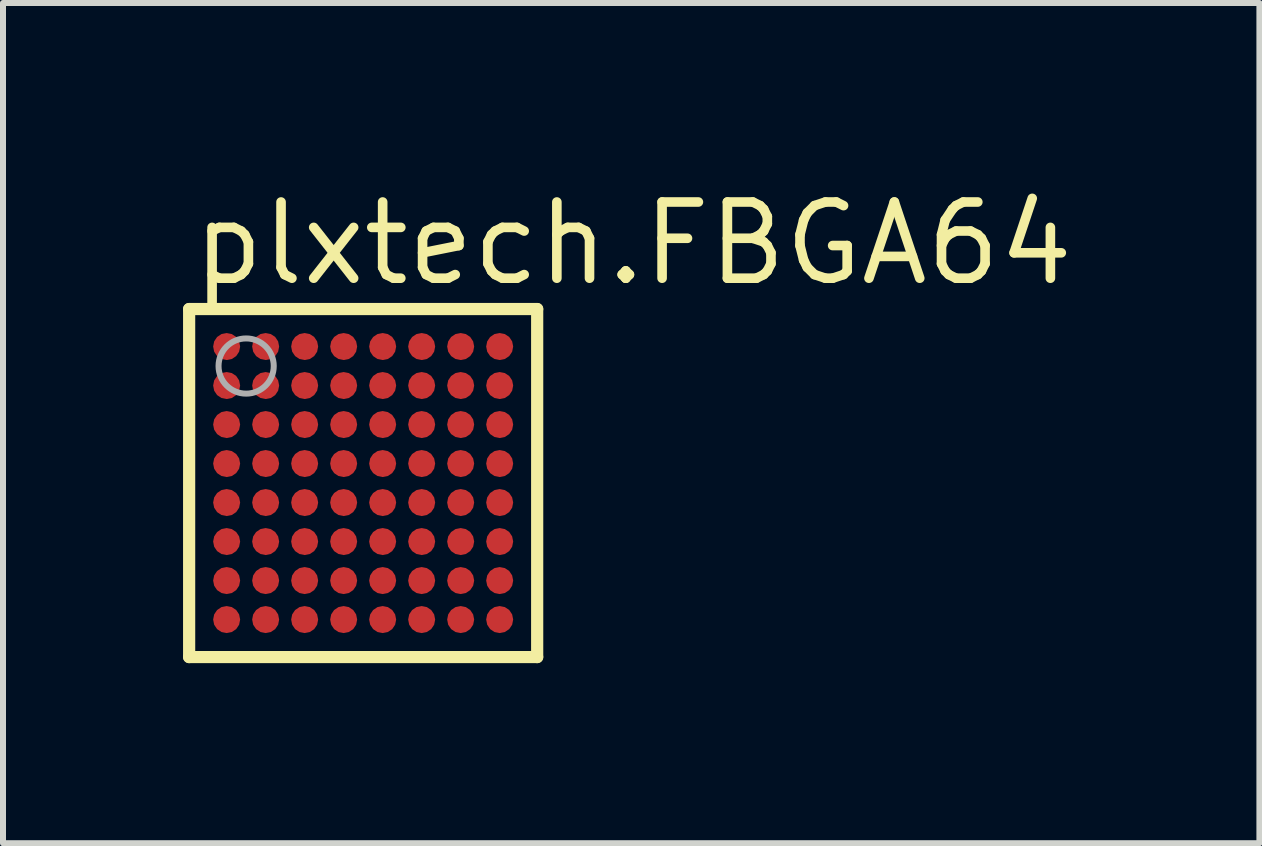
<source format=kicad_pcb>
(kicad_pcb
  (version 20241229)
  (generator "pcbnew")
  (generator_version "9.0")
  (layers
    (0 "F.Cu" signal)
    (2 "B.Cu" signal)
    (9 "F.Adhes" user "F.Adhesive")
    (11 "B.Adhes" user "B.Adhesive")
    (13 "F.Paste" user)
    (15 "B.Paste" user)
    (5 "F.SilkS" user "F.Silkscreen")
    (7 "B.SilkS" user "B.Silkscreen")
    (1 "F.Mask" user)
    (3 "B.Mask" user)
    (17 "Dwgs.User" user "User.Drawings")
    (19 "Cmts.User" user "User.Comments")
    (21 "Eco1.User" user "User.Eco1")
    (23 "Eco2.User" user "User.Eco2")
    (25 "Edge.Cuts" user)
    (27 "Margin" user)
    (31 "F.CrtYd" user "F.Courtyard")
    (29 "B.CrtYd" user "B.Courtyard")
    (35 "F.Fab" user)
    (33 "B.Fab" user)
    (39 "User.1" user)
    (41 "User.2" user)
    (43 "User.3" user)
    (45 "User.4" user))
  (footprint "plxtech.FBGA64"
    (layer "F.Cu")
    (at 3.002 5)
    (property "Reference" "plxtech.FBGA64" (at -2.925 -3.25 0) (layer "F.SilkS") (effects (font (size 1.27 1.27) (thickness 0.16)) (justify left bottom)))
    (attr smd)
    (fp_circle (center -2.275 -2.275) (end -2.025 -2.275) (stroke (width 0.1) (type default)) (fill no) (layer "F.Mask"))
    (fp_circle (center -2.275 -1.625) (end -2.025 -1.625) (stroke (width 0.1) (type default)) (fill no) (layer "F.Mask"))
    (fp_circle (center -2.275 -0.975) (end -2.025 -0.975) (stroke (width 0.1) (type default)) (fill no) (layer "F.Mask"))
    (fp_circle (center -2.275 -0.325) (end -2.025 -0.325) (stroke (width 0.1) (type default)) (fill no) (layer "F.Mask"))
    (fp_circle (center -2.275 0.325) (end -2.025 0.325) (stroke (width 0.1) (type default)) (fill no) (layer "F.Mask"))
    (fp_circle (center -2.275 0.975) (end -2.025 0.975) (stroke (width 0.1) (type default)) (fill no) (layer "F.Mask"))
    (fp_circle (center -2.275 1.625) (end -2.025 1.625) (stroke (width 0.1) (type default)) (fill no) (layer "F.Mask"))
    (fp_circle (center -2.275 2.275) (end -2.025 2.275) (stroke (width 0.1) (type default)) (fill no) (layer "F.Mask"))
    (fp_circle (center -1.625 -2.275) (end -1.375 -2.275) (stroke (width 0.1) (type default)) (fill no) (layer "F.Mask"))
    (fp_circle (center -1.625 -1.625) (end -1.375 -1.625) (stroke (width 0.1) (type default)) (fill no) (layer "F.Mask"))
    (fp_circle (center -1.625 -0.975) (end -1.375 -0.975) (stroke (width 0.1) (type default)) (fill no) (layer "F.Mask"))
    (fp_circle (center -1.625 -0.325) (end -1.375 -0.325) (stroke (width 0.1) (type default)) (fill no) (layer "F.Mask"))
    (fp_circle (center -1.625 0.325) (end -1.375 0.325) (stroke (width 0.1) (type default)) (fill no) (layer "F.Mask"))
    (fp_circle (center -1.625 0.975) (end -1.375 0.975) (stroke (width 0.1) (type default)) (fill no) (layer "F.Mask"))
    (fp_circle (center -1.625 1.625) (end -1.375 1.625) (stroke (width 0.1) (type default)) (fill no) (layer "F.Mask"))
    (fp_circle (center -1.625 2.275) (end -1.375 2.275) (stroke (width 0.1) (type default)) (fill no) (layer "F.Mask"))
    (fp_circle (center -0.975 -2.275) (end -0.725 -2.275) (stroke (width 0.1) (type default)) (fill no) (layer "F.Mask"))
    (fp_circle (center -0.975 -1.625) (end -0.725 -1.625) (stroke (width 0.1) (type default)) (fill no) (layer "F.Mask"))
    (fp_circle (center -0.975 -0.975) (end -0.725 -0.975) (stroke (width 0.1) (type default)) (fill no) (layer "F.Mask"))
    (fp_circle (center -0.975 -0.325) (end -0.725 -0.325) (stroke (width 0.1) (type default)) (fill no) (layer "F.Mask"))
    (fp_circle (center -0.975 0.325) (end -0.725 0.325) (stroke (width 0.1) (type default)) (fill no) (layer "F.Mask"))
    (fp_circle (center -0.975 0.975) (end -0.725 0.975) (stroke (width 0.1) (type default)) (fill no) (layer "F.Mask"))
    (fp_circle (center -0.975 1.625) (end -0.725 1.625) (stroke (width 0.1) (type default)) (fill no) (layer "F.Mask"))
    (fp_circle (center -0.975 2.275) (end -0.725 2.275) (stroke (width 0.1) (type default)) (fill no) (layer "F.Mask"))
    (fp_circle (center -0.325 -2.275) (end -0.075 -2.275) (stroke (width 0.1) (type default)) (fill no) (layer "F.Mask"))
    (fp_circle (center -0.325 -1.625) (end -0.075 -1.625) (stroke (width 0.1) (type default)) (fill no) (layer "F.Mask"))
    (fp_circle (center -0.325 -0.975) (end -0.075 -0.975) (stroke (width 0.1) (type default)) (fill no) (layer "F.Mask"))
    (fp_circle (center -0.325 -0.325) (end -0.075 -0.325) (stroke (width 0.1) (type default)) (fill no) (layer "F.Mask"))
    (fp_circle (center -0.325 0.325) (end -0.075 0.325) (stroke (width 0.1) (type default)) (fill no) (layer "F.Mask"))
    (fp_circle (center -0.325 0.975) (end -0.075 0.975) (stroke (width 0.1) (type default)) (fill no) (layer "F.Mask"))
    (fp_circle (center -0.325 1.625) (end -0.075 1.625) (stroke (width 0.1) (type default)) (fill no) (layer "F.Mask"))
    (fp_circle (center -0.325 2.275) (end -0.075 2.275) (stroke (width 0.1) (type default)) (fill no) (layer "F.Mask"))
    (fp_circle (center 0.325 -2.275) (end 0.575 -2.275) (stroke (width 0.1) (type default)) (fill no) (layer "F.Mask"))
    (fp_circle (center 0.325 -1.625) (end 0.575 -1.625) (stroke (width 0.1) (type default)) (fill no) (layer "F.Mask"))
    (fp_circle (center 0.325 -0.975) (end 0.575 -0.975) (stroke (width 0.1) (type default)) (fill no) (layer "F.Mask"))
    (fp_circle (center 0.325 -0.325) (end 0.575 -0.325) (stroke (width 0.1) (type default)) (fill no) (layer "F.Mask"))
    (fp_circle (center 0.325 0.325) (end 0.575 0.325) (stroke (width 0.1) (type default)) (fill no) (layer "F.Mask"))
    (fp_circle (center 0.325 0.975) (end 0.575 0.975) (stroke (width 0.1) (type default)) (fill no) (layer "F.Mask"))
    (fp_circle (center 0.325 1.625) (end 0.575 1.625) (stroke (width 0.1) (type default)) (fill no) (layer "F.Mask"))
    (fp_circle (center 0.325 2.275) (end 0.575 2.275) (stroke (width 0.1) (type default)) (fill no) (layer "F.Mask"))
    (fp_circle (center 0.975 -2.275) (end 1.225 -2.275) (stroke (width 0.1) (type default)) (fill no) (layer "F.Mask"))
    (fp_circle (center 0.975 -1.625) (end 1.225 -1.625) (stroke (width 0.1) (type default)) (fill no) (layer "F.Mask"))
    (fp_circle (center 0.975 -0.975) (end 1.225 -0.975) (stroke (width 0.1) (type default)) (fill no) (layer "F.Mask"))
    (fp_circle (center 0.975 -0.325) (end 1.225 -0.325) (stroke (width 0.1) (type default)) (fill no) (layer "F.Mask"))
    (fp_circle (center 0.975 0.325) (end 1.225 0.325) (stroke (width 0.1) (type default)) (fill no) (layer "F.Mask"))
    (fp_circle (center 0.975 0.975) (end 1.225 0.975) (stroke (width 0.1) (type default)) (fill no) (layer "F.Mask"))
    (fp_circle (center 0.975 1.625) (end 1.225 1.625) (stroke (width 0.1) (type default)) (fill no) (layer "F.Mask"))
    (fp_circle (center 0.975 2.275) (end 1.225 2.275) (stroke (width 0.1) (type default)) (fill no) (layer "F.Mask"))
    (fp_circle (center 1.625 -2.275) (end 1.875 -2.275) (stroke (width 0.1) (type default)) (fill no) (layer "F.Mask"))
    (fp_circle (center 1.625 -1.625) (end 1.875 -1.625) (stroke (width 0.1) (type default)) (fill no) (layer "F.Mask"))
    (fp_circle (center 1.625 -0.975) (end 1.875 -0.975) (stroke (width 0.1) (type default)) (fill no) (layer "F.Mask"))
    (fp_circle (center 1.625 -0.325) (end 1.875 -0.325) (stroke (width 0.1) (type default)) (fill no) (layer "F.Mask"))
    (fp_circle (center 1.625 0.325) (end 1.875 0.325) (stroke (width 0.1) (type default)) (fill no) (layer "F.Mask"))
    (fp_circle (center 1.625 0.975) (end 1.875 0.975) (stroke (width 0.1) (type default)) (fill no) (layer "F.Mask"))
    (fp_circle (center 1.625 1.625) (end 1.875 1.625) (stroke (width 0.1) (type default)) (fill no) (layer "F.Mask"))
    (fp_circle (center 1.625 2.275) (end 1.875 2.275) (stroke (width 0.1) (type default)) (fill no) (layer "F.Mask"))
    (fp_circle (center 2.275 -2.275) (end 2.525 -2.275) (stroke (width 0.1) (type default)) (fill no) (layer "F.Mask"))
    (fp_circle (center 2.275 -1.625) (end 2.525 -1.625) (stroke (width 0.1) (type default)) (fill no) (layer "F.Mask"))
    (fp_circle (center 2.275 -0.975) (end 2.525 -0.975) (stroke (width 0.1) (type default)) (fill no) (layer "F.Mask"))
    (fp_circle (center 2.275 -0.325) (end 2.525 -0.325) (stroke (width 0.1) (type default)) (fill no) (layer "F.Mask"))
    (fp_circle (center 2.275 0.325) (end 2.525 0.325) (stroke (width 0.1) (type default)) (fill no) (layer "F.Mask"))
    (fp_circle (center 2.275 0.975) (end 2.525 0.975) (stroke (width 0.1) (type default)) (fill no) (layer "F.Mask"))
    (fp_circle (center 2.275 1.625) (end 2.525 1.625) (stroke (width 0.1) (type default)) (fill no) (layer "F.Mask"))
    (fp_circle (center 2.275 2.275) (end 2.525 2.275) (stroke (width 0.1) (type default)) (fill no) (layer "F.Mask"))
    (fp_line (start -2.9 -2.9) (end 2.9 -2.9) (stroke (width 0.203) (type default)) (layer "F.SilkS"))
    (fp_line (start -2.9 2.9) (end -2.9 -2.9) (stroke (width 0.203) (type default)) (layer "F.SilkS"))
    (fp_line (start 2.9 -2.9) (end 2.9 2.9) (stroke (width 0.203) (type default)) (layer "F.SilkS"))
    (fp_line (start 2.9 2.9) (end -2.9 2.9) (stroke (width 0.203) (type default)) (layer "F.SilkS"))
    (fp_circle (center -2.275 -2.275) (end -2.1 -2.275) (stroke (width 0.1) (type default)) (fill no) (layer "F.Paste"))
    (fp_circle (center -2.275 -1.625) (end -2.1 -1.625) (stroke (width 0.1) (type default)) (fill no) (layer "F.Paste"))
    (fp_circle (center -2.275 -0.975) (end -2.1 -0.975) (stroke (width 0.1) (type default)) (fill no) (layer "F.Paste"))
    (fp_circle (center -2.275 -0.325) (end -2.1 -0.325) (stroke (width 0.1) (type default)) (fill no) (layer "F.Paste"))
    (fp_circle (center -2.275 0.325) (end -2.1 0.325) (stroke (width 0.1) (type default)) (fill no) (layer "F.Paste"))
    (fp_circle (center -2.275 0.975) (end -2.1 0.975) (stroke (width 0.1) (type default)) (fill no) (layer "F.Paste"))
    (fp_circle (center -2.275 1.625) (end -2.1 1.625) (stroke (width 0.1) (type default)) (fill no) (layer "F.Paste"))
    (fp_circle (center -2.275 2.275) (end -2.1 2.275) (stroke (width 0.1) (type default)) (fill no) (layer "F.Paste"))
    (fp_circle (center -1.625 -2.275) (end -1.45 -2.275) (stroke (width 0.1) (type default)) (fill no) (layer "F.Paste"))
    (fp_circle (center -1.625 -1.625) (end -1.45 -1.625) (stroke (width 0.1) (type default)) (fill no) (layer "F.Paste"))
    (fp_circle (center -1.625 -0.975) (end -1.45 -0.975) (stroke (width 0.1) (type default)) (fill no) (layer "F.Paste"))
    (fp_circle (center -1.625 -0.325) (end -1.45 -0.325) (stroke (width 0.1) (type default)) (fill no) (layer "F.Paste"))
    (fp_circle (center -1.625 0.325) (end -1.45 0.325) (stroke (width 0.1) (type default)) (fill no) (layer "F.Paste"))
    (fp_circle (center -1.625 0.975) (end -1.45 0.975) (stroke (width 0.1) (type default)) (fill no) (layer "F.Paste"))
    (fp_circle (center -1.625 1.625) (end -1.45 1.625) (stroke (width 0.1) (type default)) (fill no) (layer "F.Paste"))
    (fp_circle (center -1.625 2.275) (end -1.45 2.275) (stroke (width 0.1) (type default)) (fill no) (layer "F.Paste"))
    (fp_circle (center -0.975 -2.275) (end -0.8 -2.275) (stroke (width 0.1) (type default)) (fill no) (layer "F.Paste"))
    (fp_circle (center -0.975 -1.625) (end -0.8 -1.625) (stroke (width 0.1) (type default)) (fill no) (layer "F.Paste"))
    (fp_circle (center -0.975 -0.975) (end -0.8 -0.975) (stroke (width 0.1) (type default)) (fill no) (layer "F.Paste"))
    (fp_circle (center -0.975 -0.325) (end -0.8 -0.325) (stroke (width 0.1) (type default)) (fill no) (layer "F.Paste"))
    (fp_circle (center -0.975 0.325) (end -0.8 0.325) (stroke (width 0.1) (type default)) (fill no) (layer "F.Paste"))
    (fp_circle (center -0.975 0.975) (end -0.8 0.975) (stroke (width 0.1) (type default)) (fill no) (layer "F.Paste"))
    (fp_circle (center -0.975 1.625) (end -0.8 1.625) (stroke (width 0.1) (type default)) (fill no) (layer "F.Paste"))
    (fp_circle (center -0.975 2.275) (end -0.8 2.275) (stroke (width 0.1) (type default)) (fill no) (layer "F.Paste"))
    (fp_circle (center -0.325 -2.275) (end -0.15 -2.275) (stroke (width 0.1) (type default)) (fill no) (layer "F.Paste"))
    (fp_circle (center -0.325 -1.625) (end -0.15 -1.625) (stroke (width 0.1) (type default)) (fill no) (layer "F.Paste"))
    (fp_circle (center -0.325 -0.975) (end -0.15 -0.975) (stroke (width 0.1) (type default)) (fill no) (layer "F.Paste"))
    (fp_circle (center -0.325 -0.325) (end -0.15 -0.325) (stroke (width 0.1) (type default)) (fill no) (layer "F.Paste"))
    (fp_circle (center -0.325 0.325) (end -0.15 0.325) (stroke (width 0.1) (type default)) (fill no) (layer "F.Paste"))
    (fp_circle (center -0.325 0.975) (end -0.15 0.975) (stroke (width 0.1) (type default)) (fill no) (layer "F.Paste"))
    (fp_circle (center -0.325 1.625) (end -0.15 1.625) (stroke (width 0.1) (type default)) (fill no) (layer "F.Paste"))
    (fp_circle (center -0.325 2.275) (end -0.15 2.275) (stroke (width 0.1) (type default)) (fill no) (layer "F.Paste"))
    (fp_circle (center 0.325 -2.275) (end 0.5 -2.275) (stroke (width 0.1) (type default)) (fill no) (layer "F.Paste"))
    (fp_circle (center 0.325 -1.625) (end 0.5 -1.625) (stroke (width 0.1) (type default)) (fill no) (layer "F.Paste"))
    (fp_circle (center 0.325 -0.975) (end 0.5 -0.975) (stroke (width 0.1) (type default)) (fill no) (layer "F.Paste"))
    (fp_circle (center 0.325 -0.325) (end 0.5 -0.325) (stroke (width 0.1) (type default)) (fill no) (layer "F.Paste"))
    (fp_circle (center 0.325 0.325) (end 0.5 0.325) (stroke (width 0.1) (type default)) (fill no) (layer "F.Paste"))
    (fp_circle (center 0.325 0.975) (end 0.5 0.975) (stroke (width 0.1) (type default)) (fill no) (layer "F.Paste"))
    (fp_circle (center 0.325 1.625) (end 0.5 1.625) (stroke (width 0.1) (type default)) (fill no) (layer "F.Paste"))
    (fp_circle (center 0.325 2.275) (end 0.5 2.275) (stroke (width 0.1) (type default)) (fill no) (layer "F.Paste"))
    (fp_circle (center 0.975 -2.275) (end 1.15 -2.275) (stroke (width 0.1) (type default)) (fill no) (layer "F.Paste"))
    (fp_circle (center 0.975 -1.625) (end 1.15 -1.625) (stroke (width 0.1) (type default)) (fill no) (layer "F.Paste"))
    (fp_circle (center 0.975 -0.975) (end 1.15 -0.975) (stroke (width 0.1) (type default)) (fill no) (layer "F.Paste"))
    (fp_circle (center 0.975 -0.325) (end 1.15 -0.325) (stroke (width 0.1) (type default)) (fill no) (layer "F.Paste"))
    (fp_circle (center 0.975 0.325) (end 1.15 0.325) (stroke (width 0.1) (type default)) (fill no) (layer "F.Paste"))
    (fp_circle (center 0.975 0.975) (end 1.15 0.975) (stroke (width 0.1) (type default)) (fill no) (layer "F.Paste"))
    (fp_circle (center 0.975 1.625) (end 1.15 1.625) (stroke (width 0.1) (type default)) (fill no) (layer "F.Paste"))
    (fp_circle (center 0.975 2.275) (end 1.15 2.275) (stroke (width 0.1) (type default)) (fill no) (layer "F.Paste"))
    (fp_circle (center 1.625 -2.275) (end 1.8 -2.275) (stroke (width 0.1) (type default)) (fill no) (layer "F.Paste"))
    (fp_circle (center 1.625 -1.625) (end 1.8 -1.625) (stroke (width 0.1) (type default)) (fill no) (layer "F.Paste"))
    (fp_circle (center 1.625 -0.975) (end 1.8 -0.975) (stroke (width 0.1) (type default)) (fill no) (layer "F.Paste"))
    (fp_circle (center 1.625 -0.325) (end 1.8 -0.325) (stroke (width 0.1) (type default)) (fill no) (layer "F.Paste"))
    (fp_circle (center 1.625 0.325) (end 1.8 0.325) (stroke (width 0.1) (type default)) (fill no) (layer "F.Paste"))
    (fp_circle (center 1.625 0.975) (end 1.8 0.975) (stroke (width 0.1) (type default)) (fill no) (layer "F.Paste"))
    (fp_circle (center 1.625 1.625) (end 1.8 1.625) (stroke (width 0.1) (type default)) (fill no) (layer "F.Paste"))
    (fp_circle (center 1.625 2.275) (end 1.8 2.275) (stroke (width 0.1) (type default)) (fill no) (layer "F.Paste"))
    (fp_circle (center 2.275 -2.275) (end 2.45 -2.275) (stroke (width 0.1) (type default)) (fill no) (layer "F.Paste"))
    (fp_circle (center 2.275 -1.625) (end 2.45 -1.625) (stroke (width 0.1) (type default)) (fill no) (layer "F.Paste"))
    (fp_circle (center 2.275 -0.975) (end 2.45 -0.975) (stroke (width 0.1) (type default)) (fill no) (layer "F.Paste"))
    (fp_circle (center 2.275 -0.325) (end 2.45 -0.325) (stroke (width 0.1) (type default)) (fill no) (layer "F.Paste"))
    (fp_circle (center 2.275 0.325) (end 2.45 0.325) (stroke (width 0.1) (type default)) (fill no) (layer "F.Paste"))
    (fp_circle (center 2.275 0.975) (end 2.45 0.975) (stroke (width 0.1) (type default)) (fill no) (layer "F.Paste"))
    (fp_circle (center 2.275 1.625) (end 2.45 1.625) (stroke (width 0.1) (type default)) (fill no) (layer "F.Paste"))
    (fp_circle (center 2.275 2.275) (end 2.45 2.275) (stroke (width 0.1) (type default)) (fill no) (layer "F.Paste"))
    (fp_circle (center -1.95 -1.95) (end -1.49 -1.95) (stroke (width 0.1) (type default)) (fill no) (layer "F.Fab"))
    (pad "A1" smd roundrect (at -2.275 -2.275) (size 0.45 0.45) (layers "F.Cu" "F.Mask" "F.Paste") (roundrect_rratio 0.5))
    (pad "A2" smd roundrect (at -1.625 -2.275) (size 0.45 0.45) (layers "F.Cu" "F.Mask" "F.Paste") (roundrect_rratio 0.5))
    (pad "A3" smd roundrect (at -0.975 -2.275) (size 0.45 0.45) (layers "F.Cu" "F.Mask" "F.Paste") (roundrect_rratio 0.5))
    (pad "A4" smd roundrect (at -0.325 -2.275) (size 0.45 0.45) (layers "F.Cu" "F.Mask" "F.Paste") (roundrect_rratio 0.5))
    (pad "A5" smd roundrect (at 0.325 -2.275) (size 0.45 0.45) (layers "F.Cu" "F.Mask" "F.Paste") (roundrect_rratio 0.5))
    (pad "A6" smd roundrect (at 0.975 -2.275) (size 0.45 0.45) (layers "F.Cu" "F.Mask" "F.Paste") (roundrect_rratio 0.5))
    (pad "A7" smd roundrect (at 1.625 -2.275) (size 0.45 0.45) (layers "F.Cu" "F.Mask" "F.Paste") (roundrect_rratio 0.5))
    (pad "A8" smd roundrect (at 2.275 -2.275) (size 0.45 0.45) (layers "F.Cu" "F.Mask" "F.Paste") (roundrect_rratio 0.5))
    (pad "B1" smd roundrect (at -2.275 -1.625) (size 0.45 0.45) (layers "F.Cu" "F.Mask" "F.Paste") (roundrect_rratio 0.5))
    (pad "B2" smd roundrect (at -1.625 -1.625) (size 0.45 0.45) (layers "F.Cu" "F.Mask" "F.Paste") (roundrect_rratio 0.5))
    (pad "B3" smd roundrect (at -0.975 -1.625) (size 0.45 0.45) (layers "F.Cu" "F.Mask" "F.Paste") (roundrect_rratio 0.5))
    (pad "B4" smd roundrect (at -0.325 -1.625) (size 0.45 0.45) (layers "F.Cu" "F.Mask" "F.Paste") (roundrect_rratio 0.5))
    (pad "B5" smd roundrect (at 0.325 -1.625) (size 0.45 0.45) (layers "F.Cu" "F.Mask" "F.Paste") (roundrect_rratio 0.5))
    (pad "B6" smd roundrect (at 0.975 -1.625) (size 0.45 0.45) (layers "F.Cu" "F.Mask" "F.Paste") (roundrect_rratio 0.5))
    (pad "B7" smd roundrect (at 1.625 -1.625) (size 0.45 0.45) (layers "F.Cu" "F.Mask" "F.Paste") (roundrect_rratio 0.5))
    (pad "B8" smd roundrect (at 2.275 -1.625) (size 0.45 0.45) (layers "F.Cu" "F.Mask" "F.Paste") (roundrect_rratio 0.5))
    (pad "C1" smd roundrect (at -2.275 -0.975) (size 0.45 0.45) (layers "F.Cu" "F.Mask" "F.Paste") (roundrect_rratio 0.5))
    (pad "C2" smd roundrect (at -1.625 -0.975) (size 0.45 0.45) (layers "F.Cu" "F.Mask" "F.Paste") (roundrect_rratio 0.5))
    (pad "C3" smd roundrect (at -0.975 -0.975) (size 0.45 0.45) (layers "F.Cu" "F.Mask" "F.Paste") (roundrect_rratio 0.5))
    (pad "C4" smd roundrect (at -0.325 -0.975) (size 0.45 0.45) (layers "F.Cu" "F.Mask" "F.Paste") (roundrect_rratio 0.5))
    (pad "C5" smd roundrect (at 0.325 -0.975) (size 0.45 0.45) (layers "F.Cu" "F.Mask" "F.Paste") (roundrect_rratio 0.5))
    (pad "C6" smd roundrect (at 0.975 -0.975) (size 0.45 0.45) (layers "F.Cu" "F.Mask" "F.Paste") (roundrect_rratio 0.5))
    (pad "C7" smd roundrect (at 1.625 -0.975) (size 0.45 0.45) (layers "F.Cu" "F.Mask" "F.Paste") (roundrect_rratio 0.5))
    (pad "C8" smd roundrect (at 2.275 -0.975) (size 0.45 0.45) (layers "F.Cu" "F.Mask" "F.Paste") (roundrect_rratio 0.5))
    (pad "D1" smd roundrect (at -2.275 -0.325) (size 0.45 0.45) (layers "F.Cu" "F.Mask" "F.Paste") (roundrect_rratio 0.5))
    (pad "D2" smd roundrect (at -1.625 -0.325) (size 0.45 0.45) (layers "F.Cu" "F.Mask" "F.Paste") (roundrect_rratio 0.5))
    (pad "D3" smd roundrect (at -0.975 -0.325) (size 0.45 0.45) (layers "F.Cu" "F.Mask" "F.Paste") (roundrect_rratio 0.5))
    (pad "D4" smd roundrect (at -0.325 -0.325) (size 0.45 0.45) (layers "F.Cu" "F.Mask" "F.Paste") (roundrect_rratio 0.5))
    (pad "D5" smd roundrect (at 0.325 -0.325) (size 0.45 0.45) (layers "F.Cu" "F.Mask" "F.Paste") (roundrect_rratio 0.5))
    (pad "D6" smd roundrect (at 0.975 -0.325) (size 0.45 0.45) (layers "F.Cu" "F.Mask" "F.Paste") (roundrect_rratio 0.5))
    (pad "D7" smd roundrect (at 1.625 -0.325) (size 0.45 0.45) (layers "F.Cu" "F.Mask" "F.Paste") (roundrect_rratio 0.5))
    (pad "D8" smd roundrect (at 2.275 -0.325) (size 0.45 0.45) (layers "F.Cu" "F.Mask" "F.Paste") (roundrect_rratio 0.5))
    (pad "E1" smd roundrect (at -2.275 0.325) (size 0.45 0.45) (layers "F.Cu" "F.Mask" "F.Paste") (roundrect_rratio 0.5))
    (pad "E2" smd roundrect (at -1.625 0.325) (size 0.45 0.45) (layers "F.Cu" "F.Mask" "F.Paste") (roundrect_rratio 0.5))
    (pad "E3" smd roundrect (at -0.975 0.325) (size 0.45 0.45) (layers "F.Cu" "F.Mask" "F.Paste") (roundrect_rratio 0.5))
    (pad "E4" smd roundrect (at -0.325 0.325) (size 0.45 0.45) (layers "F.Cu" "F.Mask" "F.Paste") (roundrect_rratio 0.5))
    (pad "E5" smd roundrect (at 0.325 0.325) (size 0.45 0.45) (layers "F.Cu" "F.Mask" "F.Paste") (roundrect_rratio 0.5))
    (pad "E6" smd roundrect (at 0.975 0.325) (size 0.45 0.45) (layers "F.Cu" "F.Mask" "F.Paste") (roundrect_rratio 0.5))
    (pad "E7" smd roundrect (at 1.625 0.325) (size 0.45 0.45) (layers "F.Cu" "F.Mask" "F.Paste") (roundrect_rratio 0.5))
    (pad "E8" smd roundrect (at 2.275 0.325) (size 0.45 0.45) (layers "F.Cu" "F.Mask" "F.Paste") (roundrect_rratio 0.5))
    (pad "F1" smd roundrect (at -2.275 0.975) (size 0.45 0.45) (layers "F.Cu" "F.Mask" "F.Paste") (roundrect_rratio 0.5))
    (pad "F2" smd roundrect (at -1.625 0.975) (size 0.45 0.45) (layers "F.Cu" "F.Mask" "F.Paste") (roundrect_rratio 0.5))
    (pad "F3" smd roundrect (at -0.975 0.975) (size 0.45 0.45) (layers "F.Cu" "F.Mask" "F.Paste") (roundrect_rratio 0.5))
    (pad "F4" smd roundrect (at -0.325 0.975) (size 0.45 0.45) (layers "F.Cu" "F.Mask" "F.Paste") (roundrect_rratio 0.5))
    (pad "F5" smd roundrect (at 0.325 0.975) (size 0.45 0.45) (layers "F.Cu" "F.Mask" "F.Paste") (roundrect_rratio 0.5))
    (pad "F6" smd roundrect (at 0.975 0.975) (size 0.45 0.45) (layers "F.Cu" "F.Mask" "F.Paste") (roundrect_rratio 0.5))
    (pad "F7" smd roundrect (at 1.625 0.975) (size 0.45 0.45) (layers "F.Cu" "F.Mask" "F.Paste") (roundrect_rratio 0.5))
    (pad "F8" smd roundrect (at 2.275 0.975) (size 0.45 0.45) (layers "F.Cu" "F.Mask" "F.Paste") (roundrect_rratio 0.5))
    (pad "G1" smd roundrect (at -2.275 1.625) (size 0.45 0.45) (layers "F.Cu" "F.Mask" "F.Paste") (roundrect_rratio 0.5))
    (pad "G2" smd roundrect (at -1.625 1.625) (size 0.45 0.45) (layers "F.Cu" "F.Mask" "F.Paste") (roundrect_rratio 0.5))
    (pad "G3" smd roundrect (at -0.975 1.625) (size 0.45 0.45) (layers "F.Cu" "F.Mask" "F.Paste") (roundrect_rratio 0.5))
    (pad "G4" smd roundrect (at -0.325 1.625) (size 0.45 0.45) (layers "F.Cu" "F.Mask" "F.Paste") (roundrect_rratio 0.5))
    (pad "G5" smd roundrect (at 0.325 1.625) (size 0.45 0.45) (layers "F.Cu" "F.Mask" "F.Paste") (roundrect_rratio 0.5))
    (pad "G6" smd roundrect (at 0.975 1.625) (size 0.45 0.45) (layers "F.Cu" "F.Mask" "F.Paste") (roundrect_rratio 0.5))
    (pad "G7" smd roundrect (at 1.625 1.625) (size 0.45 0.45) (layers "F.Cu" "F.Mask" "F.Paste") (roundrect_rratio 0.5))
    (pad "G8" smd roundrect (at 2.275 1.625) (size 0.45 0.45) (layers "F.Cu" "F.Mask" "F.Paste") (roundrect_rratio 0.5))
    (pad "H1" smd roundrect (at -2.275 2.275) (size 0.45 0.45) (layers "F.Cu" "F.Mask" "F.Paste") (roundrect_rratio 0.5))
    (pad "H2" smd roundrect (at -1.625 2.275) (size 0.45 0.45) (layers "F.Cu" "F.Mask" "F.Paste") (roundrect_rratio 0.5))
    (pad "H3" smd roundrect (at -0.975 2.275) (size 0.45 0.45) (layers "F.Cu" "F.Mask" "F.Paste") (roundrect_rratio 0.5))
    (pad "H4" smd roundrect (at -0.325 2.275) (size 0.45 0.45) (layers "F.Cu" "F.Mask" "F.Paste") (roundrect_rratio 0.5))
    (pad "H5" smd roundrect (at 0.325 2.275) (size 0.45 0.45) (layers "F.Cu" "F.Mask" "F.Paste") (roundrect_rratio 0.5))
    (pad "H6" smd roundrect (at 0.975 2.275) (size 0.45 0.45) (layers "F.Cu" "F.Mask" "F.Paste") (roundrect_rratio 0.5))
    (pad "H7" smd roundrect (at 1.625 2.275) (size 0.45 0.45) (layers "F.Cu" "F.Mask" "F.Paste") (roundrect_rratio 0.5))
    (pad "H8" smd roundrect (at 2.275 2.275) (size 0.45 0.45) (layers "F.Cu" "F.Mask" "F.Paste") (roundrect_rratio 0.5)))
  (gr_rect
    (start -3 -3)
    (end 17.938 11.002)
    (stroke (width 0.1) (type default))
    (fill no)
    (layer "Edge.Cuts")))
</source>
